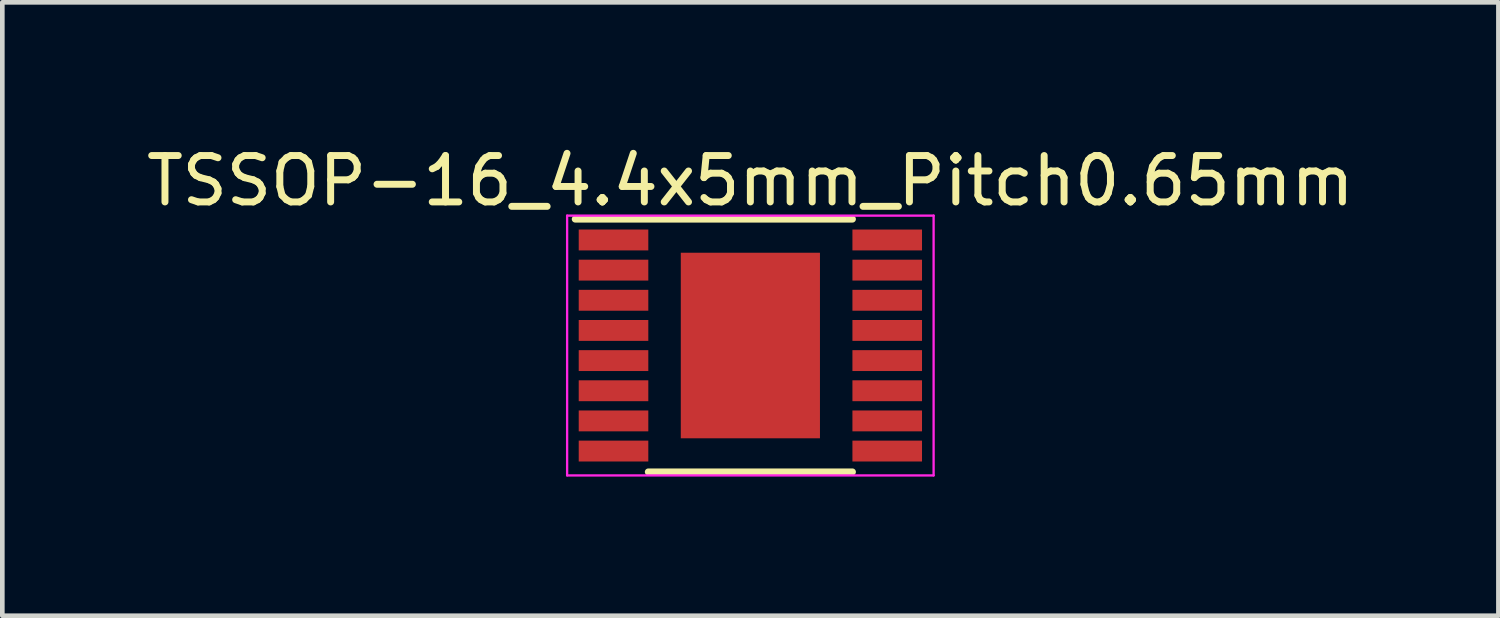
<source format=kicad_pcb>
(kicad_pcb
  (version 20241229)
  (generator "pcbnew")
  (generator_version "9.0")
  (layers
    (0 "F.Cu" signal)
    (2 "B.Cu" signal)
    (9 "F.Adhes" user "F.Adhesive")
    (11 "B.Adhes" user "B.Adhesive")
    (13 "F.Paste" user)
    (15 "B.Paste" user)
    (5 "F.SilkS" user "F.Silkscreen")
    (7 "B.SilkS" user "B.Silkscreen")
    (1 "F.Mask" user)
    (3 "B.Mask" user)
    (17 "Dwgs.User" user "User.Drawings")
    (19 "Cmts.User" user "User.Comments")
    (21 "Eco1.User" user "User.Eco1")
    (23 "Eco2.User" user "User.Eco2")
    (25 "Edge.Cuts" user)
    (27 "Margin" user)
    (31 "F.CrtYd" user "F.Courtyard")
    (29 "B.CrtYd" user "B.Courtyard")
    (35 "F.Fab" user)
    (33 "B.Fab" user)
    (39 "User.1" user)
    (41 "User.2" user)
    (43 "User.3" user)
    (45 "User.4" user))
  (footprint "TSSOP-16_4.4x5mm_Pitch0.65mm"
    (layer "F.Cu")
    (at 13.125 4.398)
    (property "Reference" "TSSOP-16_4.4x5mm_Pitch0.65mm" (at 0 -3.55 0) (layer "F.SilkS") (effects (font (size 1 1) (thickness 0.15))))
    (attr smd)
    (fp_line (start -3.775 -2.725) (end 2.2 -2.725) (stroke (width 0.15) (type solid)) (layer "F.SilkS"))
    (fp_line (start -2.2 2.725) (end 2.2 2.725) (stroke (width 0.15) (type solid)) (layer "F.SilkS"))
    (fp_line (start -3.95 -2.8) (end -3.95 2.8) (stroke (width 0.05) (type solid)) (layer "F.CrtYd"))
    (fp_line (start -3.95 -2.8) (end 3.95 -2.8) (stroke (width 0.05) (type solid)) (layer "F.CrtYd"))
    (fp_line (start -3.95 2.8) (end 3.95 2.8) (stroke (width 0.05) (type solid)) (layer "F.CrtYd"))
    (fp_line (start 3.95 -2.8) (end 3.95 2.8) (stroke (width 0.05) (type solid)) (layer "F.CrtYd"))
    (pad "1" smd rect (at -2.95 -2.275) (size 1.5 0.45) (layers "F.Cu" "F.Mask" "F.Paste"))
    (pad "2" smd rect (at -2.95 -1.625) (size 1.5 0.45) (layers "F.Cu" "F.Mask" "F.Paste"))
    (pad "3" smd rect (at -2.95 -0.975) (size 1.5 0.45) (layers "F.Cu" "F.Mask" "F.Paste"))
    (pad "3" smd rect (at 0 0) (size 3 4) (layers "F.Cu" "F.Mask" "F.Paste"))
    (pad "4" smd rect (at -2.95 -0.325) (size 1.5 0.45) (layers "F.Cu" "F.Mask" "F.Paste"))
    (pad "5" smd rect (at -2.95 0.325) (size 1.5 0.45) (layers "F.Cu" "F.Mask" "F.Paste"))
    (pad "6" smd rect (at -2.95 0.975) (size 1.5 0.45) (layers "F.Cu" "F.Mask" "F.Paste"))
    (pad "7" smd rect (at -2.95 1.625) (size 1.5 0.45) (layers "F.Cu" "F.Mask" "F.Paste"))
    (pad "8" smd rect (at -2.95 2.275) (size 1.5 0.45) (layers "F.Cu" "F.Mask" "F.Paste"))
    (pad "9" smd rect (at 2.95 2.275) (size 1.5 0.45) (layers "F.Cu" "F.Mask" "F.Paste"))
    (pad "10" smd rect (at 2.95 1.625) (size 1.5 0.45) (layers "F.Cu" "F.Mask" "F.Paste"))
    (pad "11" smd rect (at 2.95 0.975) (size 1.5 0.45) (layers "F.Cu" "F.Mask" "F.Paste"))
    (pad "12" smd rect (at 2.95 0.325) (size 1.5 0.45) (layers "F.Cu" "F.Mask" "F.Paste"))
    (pad "13" smd rect (at 2.95 -0.325) (size 1.5 0.45) (layers "F.Cu" "F.Mask" "F.Paste"))
    (pad "14" smd rect (at 2.95 -0.975) (size 1.5 0.45) (layers "F.Cu" "F.Mask" "F.Paste"))
    (pad "15" smd rect (at 2.95 -1.625) (size 1.5 0.45) (layers "F.Cu" "F.Mask" "F.Paste"))
    (pad "16" smd rect (at 2.95 -2.275) (size 1.5 0.45) (layers "F.Cu" "F.Mask" "F.Paste")))
  (gr_rect
    (start -3 -3)
    (end 29.25 10.223)
    (stroke (width 0.1) (type default))
    (fill no)
    (layer "Edge.Cuts")))
</source>
